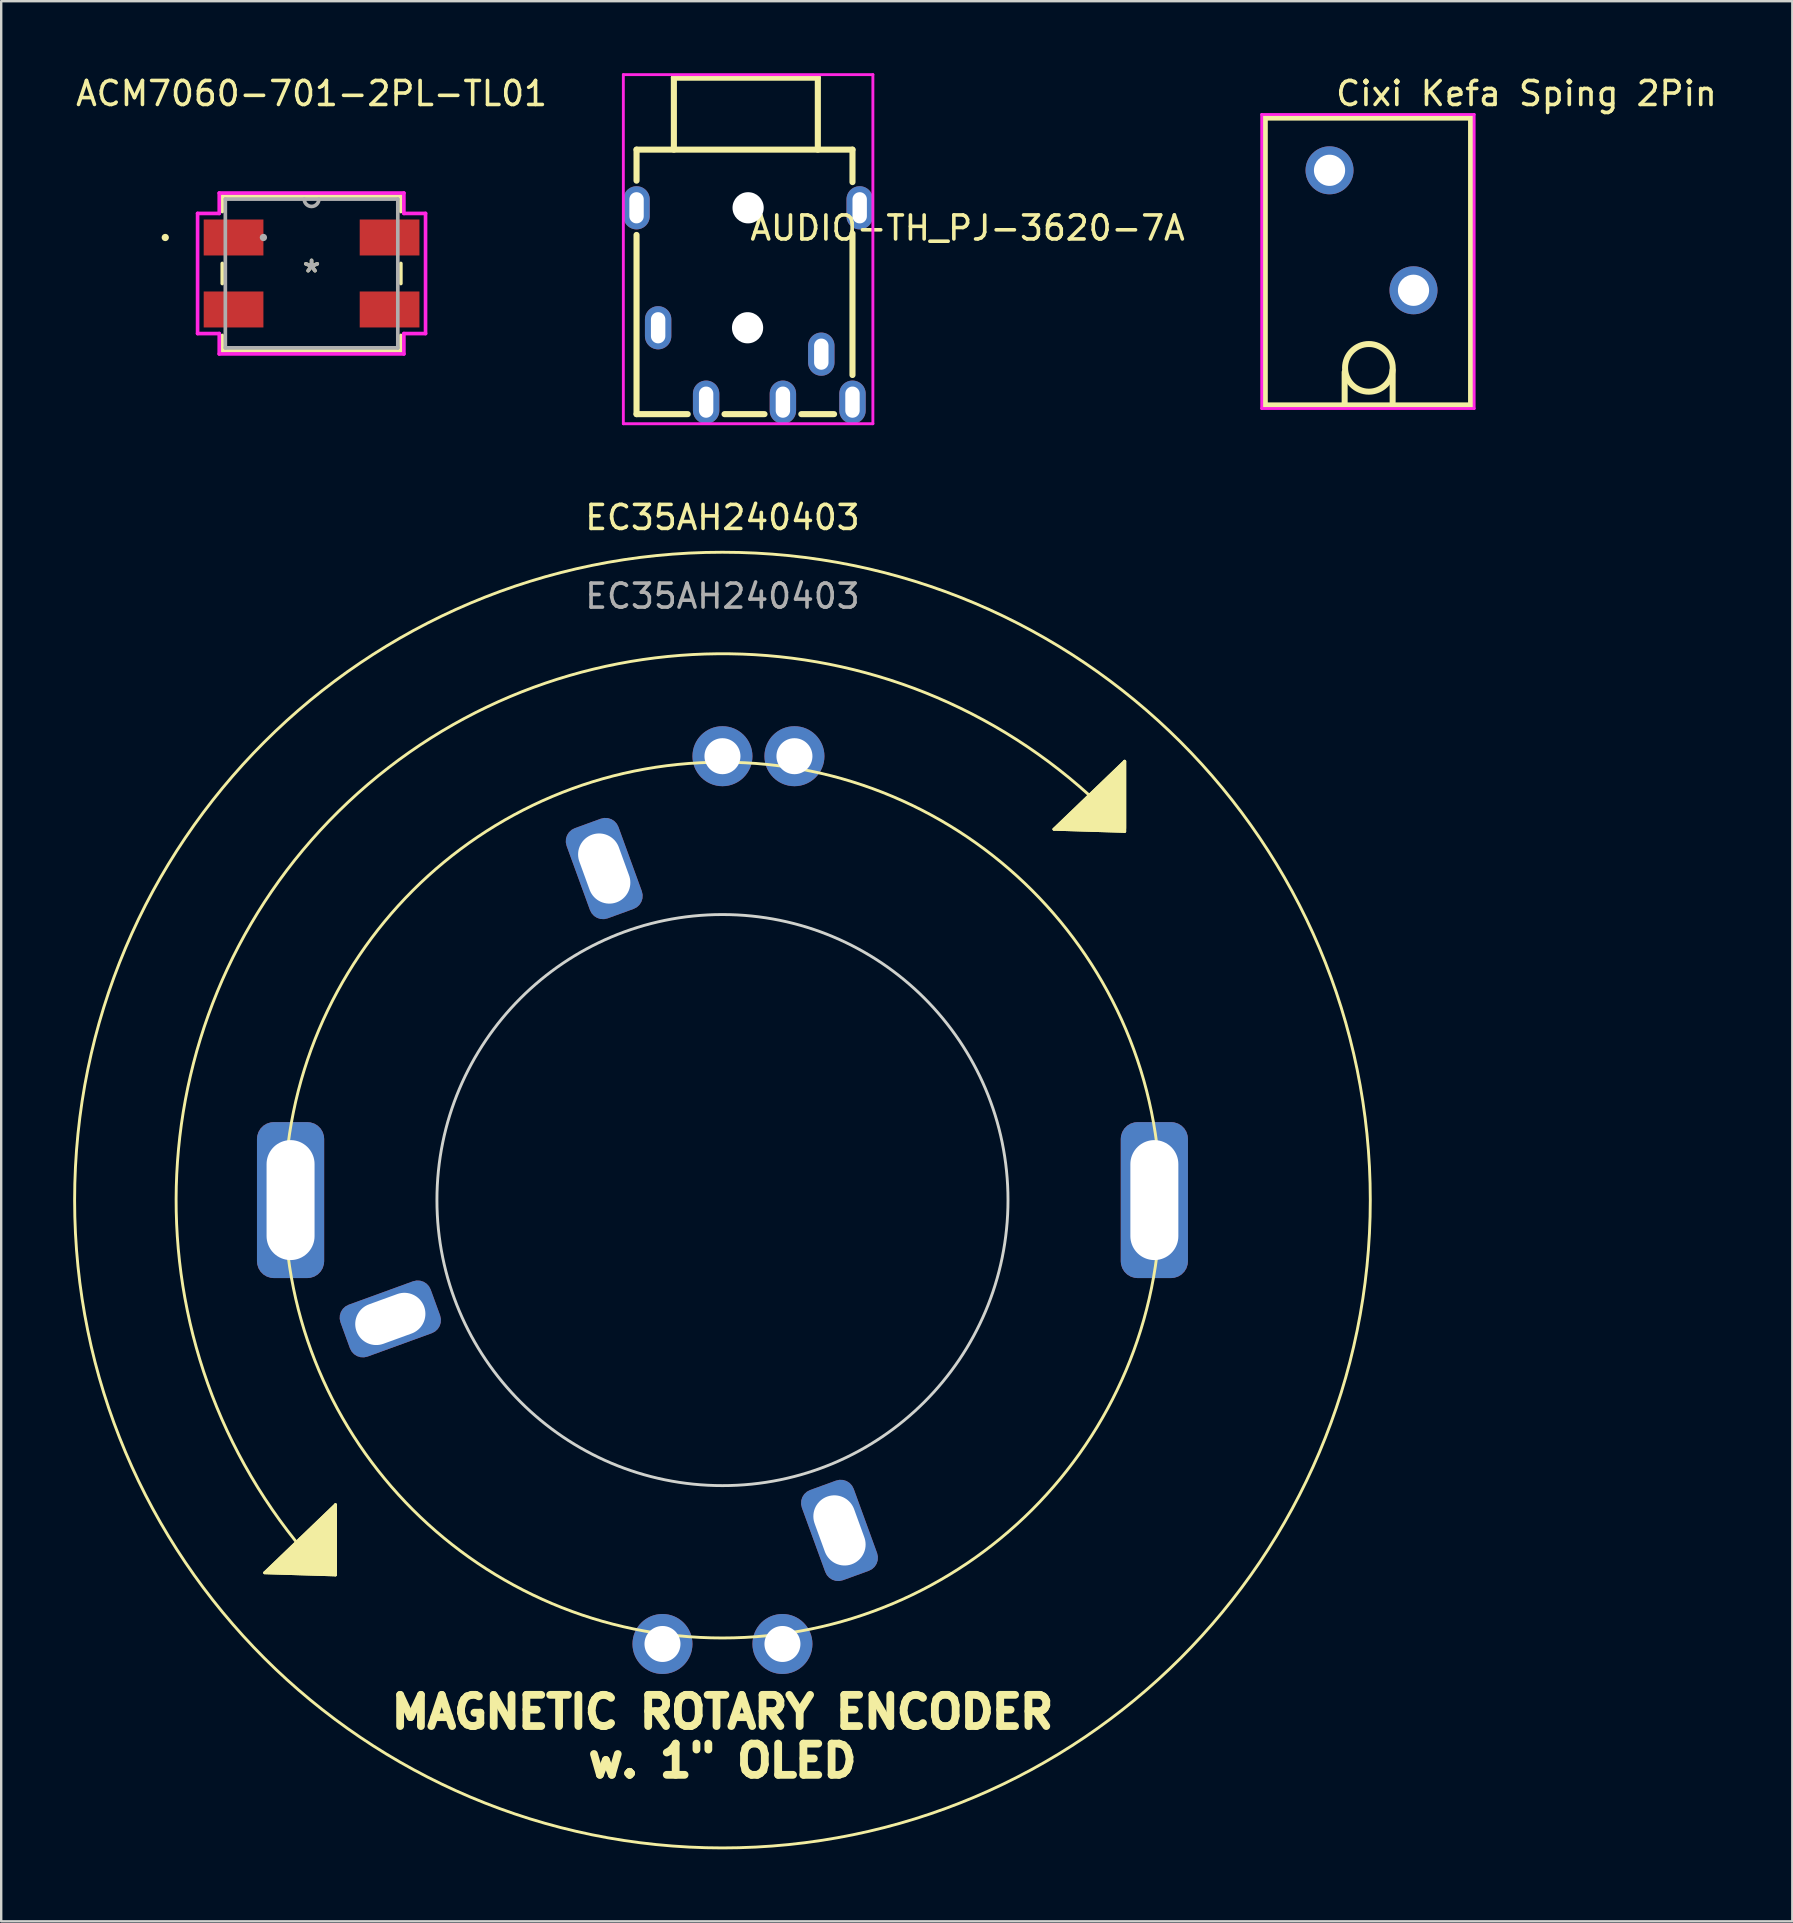
<source format=kicad_pcb>
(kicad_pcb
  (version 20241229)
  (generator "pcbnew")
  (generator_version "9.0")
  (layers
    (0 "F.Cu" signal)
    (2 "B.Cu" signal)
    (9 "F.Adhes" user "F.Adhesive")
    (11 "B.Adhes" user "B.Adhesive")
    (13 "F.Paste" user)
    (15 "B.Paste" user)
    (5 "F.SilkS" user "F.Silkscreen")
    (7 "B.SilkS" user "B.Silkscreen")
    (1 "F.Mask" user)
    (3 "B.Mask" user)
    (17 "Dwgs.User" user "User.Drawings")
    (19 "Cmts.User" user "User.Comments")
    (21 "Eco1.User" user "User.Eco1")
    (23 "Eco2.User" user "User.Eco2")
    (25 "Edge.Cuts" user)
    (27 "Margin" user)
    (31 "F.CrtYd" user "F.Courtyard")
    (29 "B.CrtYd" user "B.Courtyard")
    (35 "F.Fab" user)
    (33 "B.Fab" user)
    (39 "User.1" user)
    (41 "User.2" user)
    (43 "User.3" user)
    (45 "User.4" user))
  (footprint "Cixi Kefa Sping 2Pin"
    (layer "F.Cu")
    (at 54.111 6.548)
    (property "Reference" "Cixi Kefa Sping 2Pin" (at -1.57 -5.7 0) (layer "F.SilkS") (effects (font (size 1 1) (thickness 0.15)) (justify left)))
    (attr through_hole)
    (fp_line (start -4.45 -4.7) (end -4.45 7.3) (stroke (width 0.254) (type solid)) (layer "F.SilkS"))
    (fp_line (start -4.45 -4.7) (end 4.15 -4.7) (stroke (width 0.254) (type solid)) (layer "F.SilkS"))
    (fp_line (start -4.45 7.3) (end 4.15 7.3) (stroke (width 0.254) (type solid)) (layer "F.SilkS"))
    (fp_line (start -1.12 5.91) (end -1.12 7.25) (stroke (width 0.25) (type solid)) (layer "F.SilkS"))
    (fp_line (start 0.88 5.82) (end 0.88 7.16) (stroke (width 0.25) (type solid)) (layer "F.SilkS"))
    (fp_line (start 4.15 -4.7) (end 4.15 7.3) (stroke (width 0.254) (type solid)) (layer "F.SilkS"))
    (fp_circle (center -0.11 5.733) (end 0.883 5.733) (stroke (width 0.25) (type solid)) (fill no) (layer "F.SilkS"))
    (fp_circle (center -4.577 -4.827) (end -4.547 -4.827) (stroke (width 0.06) (type solid)) (fill no) (layer "Eco2.User"))
    (fp_circle (center -1.75 -2.5) (end -1.475 -2.5) (stroke (width 0.55) (type solid)) (fill no) (layer "Eco2.User"))
    (fp_circle (center 1.75 2.5) (end 2.025 2.5) (stroke (width 0.55) (type solid)) (fill no) (layer "Eco2.User"))
    (fp_line (start -4.577 -4.827) (end 4.277 -4.827) (stroke (width 0.12) (type solid)) (layer "F.CrtYd"))
    (fp_line (start -4.577 7.427) (end -4.577 -4.827) (stroke (width 0.12) (type solid)) (layer "F.CrtYd"))
    (fp_line (start 4.277 -4.827) (end 4.277 7.427) (stroke (width 0.12) (type solid)) (layer "F.CrtYd"))
    (fp_line (start 4.277 7.427) (end -4.577 7.427) (stroke (width 0.12) (type solid)) (layer "F.CrtYd"))
    (pad "1" thru_hole circle (at -1.75 -2.5) (size 2 2) (drill 1.3) (layers "*.Cu" "*.Mask"))
    (pad "2" thru_hole circle (at 1.75 2.5) (size 2 2) (drill 1.3) (layers "*.Cu" "*.Mask")))
  (footprint "ACM7060-701-2PL-TL01"
    (layer "F.Cu")
    (at 9.935 8.348)
    (property "Reference" "ACM7060-701-2PL-TL01" (at 0 -7.5 0) (layer "F.SilkS") (effects (font (size 1 1) (thickness 0.15))))
    (attr through_hole)
    (fp_line (start -3.721 -3.226) (end -3.721 -2.582) (stroke (width 0.152) (type solid)) (layer "F.SilkS"))
    (fp_line (start -3.721 -0.418) (end -3.721 0.418) (stroke (width 0.152) (type solid)) (layer "F.SilkS"))
    (fp_line (start -3.721 2.582) (end -3.721 3.226) (stroke (width 0.152) (type solid)) (layer "F.SilkS"))
    (fp_line (start -3.721 3.226) (end 3.721 3.226) (stroke (width 0.152) (type solid)) (layer "F.SilkS"))
    (fp_line (start 3.721 -3.226) (end -3.721 -3.226) (stroke (width 0.152) (type solid)) (layer "F.SilkS"))
    (fp_line (start 3.721 -2.582) (end 3.721 -3.226) (stroke (width 0.152) (type solid)) (layer "F.SilkS"))
    (fp_line (start 3.721 0.418) (end 3.721 -0.418) (stroke (width 0.152) (type solid)) (layer "F.SilkS"))
    (fp_line (start 3.721 3.226) (end 3.721 2.582) (stroke (width 0.152) (type solid)) (layer "F.SilkS"))
    (fp_circle (center -6.097 -1.5) (end -6.021 -1.5) (stroke (width 0.152) (type solid)) (fill no) (layer "F.SilkS"))
    (fp_line (start -4.75 -2.503) (end -3.848 -2.503) (stroke (width 0.152) (type solid)) (layer "F.CrtYd"))
    (fp_line (start -4.75 2.503) (end -4.75 -2.503) (stroke (width 0.152) (type solid)) (layer "F.CrtYd"))
    (fp_line (start -3.848 -3.353) (end 3.848 -3.353) (stroke (width 0.152) (type solid)) (layer "F.CrtYd"))
    (fp_line (start -3.848 -2.503) (end -3.848 -3.353) (stroke (width 0.152) (type solid)) (layer "F.CrtYd"))
    (fp_line (start -3.848 2.503) (end -4.75 2.503) (stroke (width 0.152) (type solid)) (layer "F.CrtYd"))
    (fp_line (start -3.848 3.353) (end -3.848 2.503) (stroke (width 0.152) (type solid)) (layer "F.CrtYd"))
    (fp_line (start 3.848 -3.353) (end 3.848 -2.503) (stroke (width 0.152) (type solid)) (layer "F.CrtYd"))
    (fp_line (start 3.848 -2.503) (end 4.75 -2.503) (stroke (width 0.152) (type solid)) (layer "F.CrtYd"))
    (fp_line (start 3.848 2.503) (end 3.848 3.353) (stroke (width 0.152) (type solid)) (layer "F.CrtYd"))
    (fp_line (start 3.848 3.353) (end -3.848 3.353) (stroke (width 0.152) (type solid)) (layer "F.CrtYd"))
    (fp_line (start 4.75 -2.503) (end 4.75 2.503) (stroke (width 0.152) (type solid)) (layer "F.CrtYd"))
    (fp_line (start 4.75 2.503) (end 3.848 2.503) (stroke (width 0.152) (type solid)) (layer "F.CrtYd"))
    (fp_line (start -3.594 -3.099) (end -3.594 3.099) (stroke (width 0.152) (type solid)) (layer "F.Fab"))
    (fp_line (start -3.594 3.099) (end 3.594 3.099) (stroke (width 0.152) (type solid)) (layer "F.Fab"))
    (fp_line (start 3.594 -3.099) (end -3.594 -3.099) (stroke (width 0.152) (type solid)) (layer "F.Fab"))
    (fp_line (start 3.594 3.099) (end 3.594 -3.099) (stroke (width 0.152) (type solid)) (layer "F.Fab"))
    (fp_arc (start 0.3048 -3.0988) (mid 0 -2.794) (end -0.3048 -3.0988) (stroke (width 0.1524) (type solid)) (layer "F.Fab"))
    (fp_circle (center -2.007 -1.5) (end -1.93 -1.5) (stroke (width 0.152) (type solid)) (fill no) (layer "F.Fab"))
    (fp_text user "*" (at 0 0 0) (layer "F.SilkS") (effects (font (size 1 1) (thickness 0.15))))
    (fp_text user "Copyright 2016 Accelerated Designs. All rights reserved." (at 0 0 0) (layer "Cmts.User") (effects (font (size 0.127 0.127) (thickness 0.002))))
    (fp_text user "*" (at 0 0 0) (layer "F.Fab") (effects (font (size 1 1) (thickness 0.15))))
    (pad "1" smd rect (at -3.251 -1.5) (size 2.489 1.499) (layers "F.Cu" "F.Mask" "F.Paste"))
    (pad "2" smd rect (at 3.251 -1.5) (size 2.489 1.499) (layers "F.Cu" "F.Mask" "F.Paste"))
    (pad "3" smd rect (at -3.251 1.5) (size 2.489 1.499) (layers "F.Cu" "F.Mask" "F.Paste"))
    (pad "4" smd rect (at 3.251 1.5) (size 2.489 1.499) (layers "F.Cu" "F.Mask" "F.Paste")))
  (footprint "EC35AH240403"
    (layer "F.Cu")
    (at 27.06 46.966)
    (property "Reference" "EC35AH240403" (at 0 -28.448 0) (unlocked yes) (layer "F.SilkS") (effects (font (size 1 1) (thickness 0.15))))
    (attr through_hole)
    (fp_line (start -19.077 15.532) (end -17.603 14.116) (stroke (width 0.12) (type solid)) (layer "F.SilkS"))
    (fp_line (start -17.603 14.116) (end -16.129 12.7) (stroke (width 0.12) (type solid)) (layer "F.SilkS"))
    (fp_line (start -16.129 12.7) (end -16.129 15.621) (stroke (width 0.12) (type solid)) (layer "F.SilkS"))
    (fp_line (start -16.129 15.494) (end -16.129 12.7) (stroke (width 0.12) (type solid)) (layer "F.SilkS"))
    (fp_line (start -16.129 15.621) (end -19.077 15.532) (stroke (width 0.12) (type solid)) (layer "F.SilkS"))
    (fp_line (start 13.816 -15.456) (end 15.29 -16.872) (stroke (width 0.12) (type solid)) (layer "F.SilkS"))
    (fp_line (start 15.29 -16.872) (end 16.764 -18.288) (stroke (width 0.12) (type solid)) (layer "F.SilkS"))
    (fp_line (start 16.764 -18.288) (end 16.764 -15.367) (stroke (width 0.12) (type solid)) (layer "F.SilkS"))
    (fp_line (start 16.764 -15.494) (end 16.764 -18.288) (stroke (width 0.12) (type solid)) (layer "F.SilkS"))
    (fp_line (start 16.764 -15.367) (end 13.816 -15.456) (stroke (width 0.12) (type solid)) (layer "F.SilkS"))
    (fp_arc (start -17.779999 14.224) (mid -15.597715 -16.588003) (end 15.290168 -16.871909) (stroke (width 0.12) (type solid)) (layer "F.SilkS"))
    (fp_circle (center 0 0) (end 18.25 0) (stroke (width 0.12) (type solid)) (fill no) (layer "F.SilkS"))
    (fp_circle (center 0 0) (end 27 0) (stroke (width 0.12) (type solid)) (fill no) (layer "F.SilkS"))
    (fp_poly (pts (xy -16.129 15.621) (xy -19.077 15.532) (xy -16.129 12.7)) (stroke (width 0.12) (type solid)) (fill yes) (layer "F.SilkS"))
    (fp_poly (pts (xy 16.764 -15.367) (xy 13.816 -15.456) (xy 16.764 -18.288)) (stroke (width 0.12) (type solid)) (fill yes) (layer "F.SilkS"))
    (fp_circle (center 0 0) (end 11.9 0) (stroke (width 0.12) (type solid)) (fill no) (layer "Edge.Cuts"))
    (fp_text user "MAGNETIC ROTARY ENCODER" (at 0 21.336 0) (unlocked yes) (layer "F.SilkS") (effects (font (size 1.3 1.3) (thickness 0.325))))
    (fp_text user "w. 1\" OLED" (at 0 23.368 0) (unlocked yes) (layer "F.SilkS") (effects (font (size 1.3 1.3) (thickness 0.325))))
    (fp_text user "${REFERENCE}" (at 0 -25.17 0) (unlocked yes) (layer "F.Fab") (effects (font (size 1 1) (thickness 0.15))))
    (pad "1" thru_hole circle (at -2.5 18.5 90) (size 2.5 2.5) (drill 1.5) (layers "*.Cu" "*.Mask"))
    (pad "2" thru_hole circle (at 2.5 18.5 90) (size 2.5 2.5) (drill 1.5) (layers "*.Cu" "*.Mask"))
    (pad "3" thru_hole circle (at 3 -18.5 90) (size 2.5 2.5) (drill 1.5) (layers "*.Cu" "*.Mask"))
    (pad "4" thru_hole circle (at 0 -18.5 90) (size 2.5 2.5) (drill 1.5) (layers "*.Cu" "*.Mask"))
    (pad "5" thru_hole roundrect (at -18 0 90) (size 6.5 2.8) (drill oval 5 2) (layers "*.Cu" "*.Mask") (roundrect_rratio 0.25))
    (pad "5" thru_hole roundrect (at -13.843 4.953 110) (size 2.3 4) (drill oval 1.75 3) (layers "*.Cu" "*.Mask") (roundrect_rratio 0.25))
    (pad "5" thru_hole roundrect (at -4.928 -13.818 20) (size 2.3 4) (drill oval 1.75 3) (layers "*.Cu" "*.Mask") (roundrect_rratio 0.25))
    (pad "5" thru_hole roundrect (at 4.877 13.767 20) (size 2.3 4) (drill oval 1.75 3) (layers "*.Cu" "*.Mask") (roundrect_rratio 0.25))
    (pad "5" thru_hole roundrect (at 18 0 90) (size 6.5 2.8) (drill oval 5 2) (layers "*.Cu" "*.Mask") (roundrect_rratio 0.25)))
  (footprint "AUDIO-TH_PJ-3620-7A"
    (layer "F.Cu")
    (at 28.129 9.66)
    (property "Reference" "AUDIO-TH_PJ-3620-7A" (at 0 -3.207 0) (layer "F.SilkS") (effects (font (size 1 1) (thickness 0.15)) (justify left)))
    (attr through_hole)
    (fp_line (start -4.65 -6.473) (end -4.65 -5.181) (stroke (width 0.254) (type solid)) (layer "F.SilkS"))
    (fp_line (start -4.65 -6.473) (end 4.35 -6.473) (stroke (width 0.254) (type solid)) (layer "F.SilkS"))
    (fp_line (start -4.65 -2.919) (end -4.65 4.55) (stroke (width 0.254) (type solid)) (layer "F.SilkS"))
    (fp_line (start -4.65 4.55) (end -2.517 4.55) (stroke (width 0.254) (type solid)) (layer "F.SilkS"))
    (fp_line (start -3.094 -9.473) (end 2.906 -9.473) (stroke (width 0.254) (type solid)) (layer "F.SilkS"))
    (fp_line (start -3.094 -6.473) (end -3.094 -9.473) (stroke (width 0.254) (type solid)) (layer "F.SilkS"))
    (fp_line (start -0.983 4.55) (end 0.683 4.55) (stroke (width 0.254) (type solid)) (layer "F.SilkS"))
    (fp_line (start 2.217 4.55) (end 3.583 4.55) (stroke (width 0.254) (type solid)) (layer "F.SilkS"))
    (fp_line (start 2.906 -6.473) (end 2.906 -9.473) (stroke (width 0.254) (type solid)) (layer "F.SilkS"))
    (fp_line (start 4.35 -6.473) (end 4.35 -5.121) (stroke (width 0.254) (type solid)) (layer "F.SilkS"))
    (fp_line (start 4.35 -2.979) (end 4.35 2.919) (stroke (width 0.254) (type solid)) (layer "F.SilkS"))
    (fp_circle (center -0.023 0.95) (end 0.252 0.95) (stroke (width 0.55) (type solid)) (fill no) (layer "Eco2.User"))
    (fp_circle (center 0 -4.05) (end 0.275 -4.05) (stroke (width 0.55) (type solid)) (fill no) (layer "Eco2.User"))
    (fp_circle (center 5.2 -9.6) (end 5.23 -9.6) (stroke (width 0.06) (type solid)) (fill no) (layer "Eco2.User"))
    (fp_poly (pts (xy -4.89 -3.7) (xy -4.89 -4.4) (xy -4.41 -4.4) (xy -4.41 -3.7)) (stroke (width 0.12) (type solid)) (fill no) (layer "Eco2.User"))
    (fp_poly (pts (xy -3.51 0.6) (xy -3.51 1.3) (xy -3.99 1.3) (xy -3.99 0.6)) (stroke (width 0.12) (type solid)) (fill no) (layer "Eco2.User"))
    (fp_poly (pts (xy -1.51 3.7) (xy -1.51 4.4) (xy -1.99 4.4) (xy -1.99 3.7)) (stroke (width 0.12) (type solid)) (fill no) (layer "Eco2.User"))
    (fp_poly (pts (xy 1.21 4.4) (xy 1.21 3.7) (xy 1.69 3.7) (xy 1.69 4.4)) (stroke (width 0.12) (type solid)) (fill no) (layer "Eco2.User"))
    (fp_poly (pts (xy 3.29 1.7) (xy 3.29 2.4) (xy 2.81 2.4) (xy 2.81 1.7)) (stroke (width 0.12) (type solid)) (fill no) (layer "Eco2.User"))
    (fp_poly (pts (xy 4.41 -3.7) (xy 4.41 -4.4) (xy 4.89 -4.4) (xy 4.89 -3.7)) (stroke (width 0.12) (type solid)) (fill no) (layer "Eco2.User"))
    (fp_poly (pts (xy 4.59 3.7) (xy 4.59 4.4) (xy 4.11 4.4) (xy 4.11 3.7)) (stroke (width 0.12) (type solid)) (fill no) (layer "Eco2.User"))
    (fp_line (start -5.2 -9.6) (end 5.2 -9.6) (stroke (width 0.12) (type solid)) (layer "F.CrtYd"))
    (fp_line (start -5.2 4.95) (end -5.2 -9.6) (stroke (width 0.12) (type solid)) (layer "F.CrtYd"))
    (fp_line (start 5.2 -9.6) (end 5.2 4.95) (stroke (width 0.12) (type solid)) (layer "F.CrtYd"))
    (fp_line (start 5.2 4.95) (end -5.2 4.95) (stroke (width 0.12) (type solid)) (layer "F.CrtYd"))
    (pad "" np_thru_hole circle (at -0.023 0.95) (size 1.3 1.3) (drill 1.3) (layers "*.Cu" "*.Mask"))
    (pad "" np_thru_hole circle (at 0 -4.05) (size 1.3 1.3) (drill 1.3) (layers "*.Cu" "*.Mask"))
    (pad "1" thru_hole oval (at 4.65 -4.05) (size 1.1 1.8) (drill oval 0.6 1.3) (layers "*.Cu" "*.Mask"))
    (pad "2" thru_hole oval (at -3.75 0.95 180) (size 1.1 1.8) (drill oval 0.6 1.3) (layers "*.Cu" "*.Mask"))
    (pad "3" thru_hole oval (at -4.65 -4.05) (size 1.1 1.8) (drill oval 0.6 1.3) (layers "*.Cu" "*.Mask"))
    (pad "4" thru_hole oval (at 1.45 4.05) (size 1.1 1.8) (drill oval 0.6 1.3) (layers "*.Cu" "*.Mask"))
    (pad "5" thru_hole oval (at -1.75 4.05 180) (size 1.1 1.8) (drill oval 0.6 1.3) (layers "*.Cu" "*.Mask"))
    (pad "6" thru_hole oval (at 3.05 2.05 180) (size 1.1 1.8) (drill oval 0.6 1.3) (layers "*.Cu" "*.Mask"))
    (pad "7" thru_hole oval (at 4.35 4.05 180) (size 1.1 1.8) (drill oval 0.6 1.3) (layers "*.Cu" "*.Mask")))
  (gr_rect
    (start -3 -3)
    (end 71.648 77.026)
    (stroke (width 0.1) (type default))
    (fill no)
    (layer "Edge.Cuts")))
</source>
